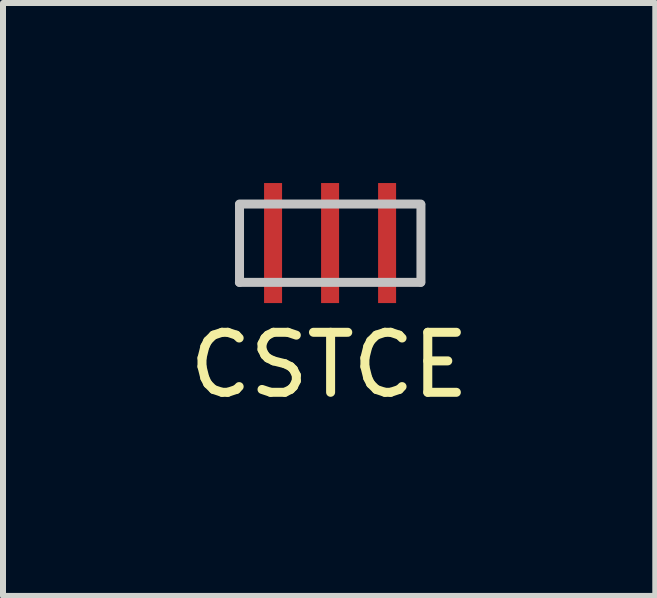
<source format=kicad_pcb>
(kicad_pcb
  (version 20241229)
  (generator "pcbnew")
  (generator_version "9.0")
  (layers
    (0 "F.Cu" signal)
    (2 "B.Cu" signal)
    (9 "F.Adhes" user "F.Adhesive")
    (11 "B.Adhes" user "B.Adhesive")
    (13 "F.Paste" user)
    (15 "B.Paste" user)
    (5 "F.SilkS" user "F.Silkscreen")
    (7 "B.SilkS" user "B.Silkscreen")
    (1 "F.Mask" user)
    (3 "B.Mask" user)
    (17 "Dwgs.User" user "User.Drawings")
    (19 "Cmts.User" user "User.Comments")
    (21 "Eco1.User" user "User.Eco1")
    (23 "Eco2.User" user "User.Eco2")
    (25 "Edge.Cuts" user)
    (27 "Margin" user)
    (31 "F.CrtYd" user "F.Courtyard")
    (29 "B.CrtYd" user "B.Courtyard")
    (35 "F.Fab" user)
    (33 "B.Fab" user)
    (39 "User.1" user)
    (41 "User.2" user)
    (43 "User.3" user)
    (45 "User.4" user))
  (footprint "CSTCE"
    (layer "F.Cu")
    (at 2.45 1)
    (property "Reference" "CSTCE" (at -0.015 2.032 0) (layer "F.SilkS") (effects (font (size 1 1) (thickness 0.15))))
    (attr through_hole)
    (fp_line (start -1.511 0.655) (end 1.509 0.655) (stroke (width 0.15) (type solid)) (layer "Dwgs.User"))
    (fp_line (start -1.51 -0.65) (end 1.51 -0.65) (stroke (width 0.15) (type solid)) (layer "Dwgs.User"))
    (fp_line (start -1.509 0.655) (end -1.509 -0.638) (stroke (width 0.15) (type solid)) (layer "Dwgs.User"))
    (fp_line (start 1.514 0.653) (end 1.514 -0.64) (stroke (width 0.15) (type solid)) (layer "Dwgs.User"))
    (pad "1" smd rect (at -0.95 0) (size 0.3 2) (layers "F.Cu" "F.Mask" "F.Paste"))
    (pad "2" smd rect (at 0 0) (size 0.3 2) (layers "F.Cu" "F.Mask" "F.Paste"))
    (pad "3" smd rect (at 0.95 0) (size 0.3 2) (layers "F.Cu" "F.Mask" "F.Paste")))
  (gr_rect
    (start -3 -3)
    (end 7.869 6.88)
    (stroke (width 0.1) (type default))
    (fill no)
    (layer "Edge.Cuts")))
</source>
